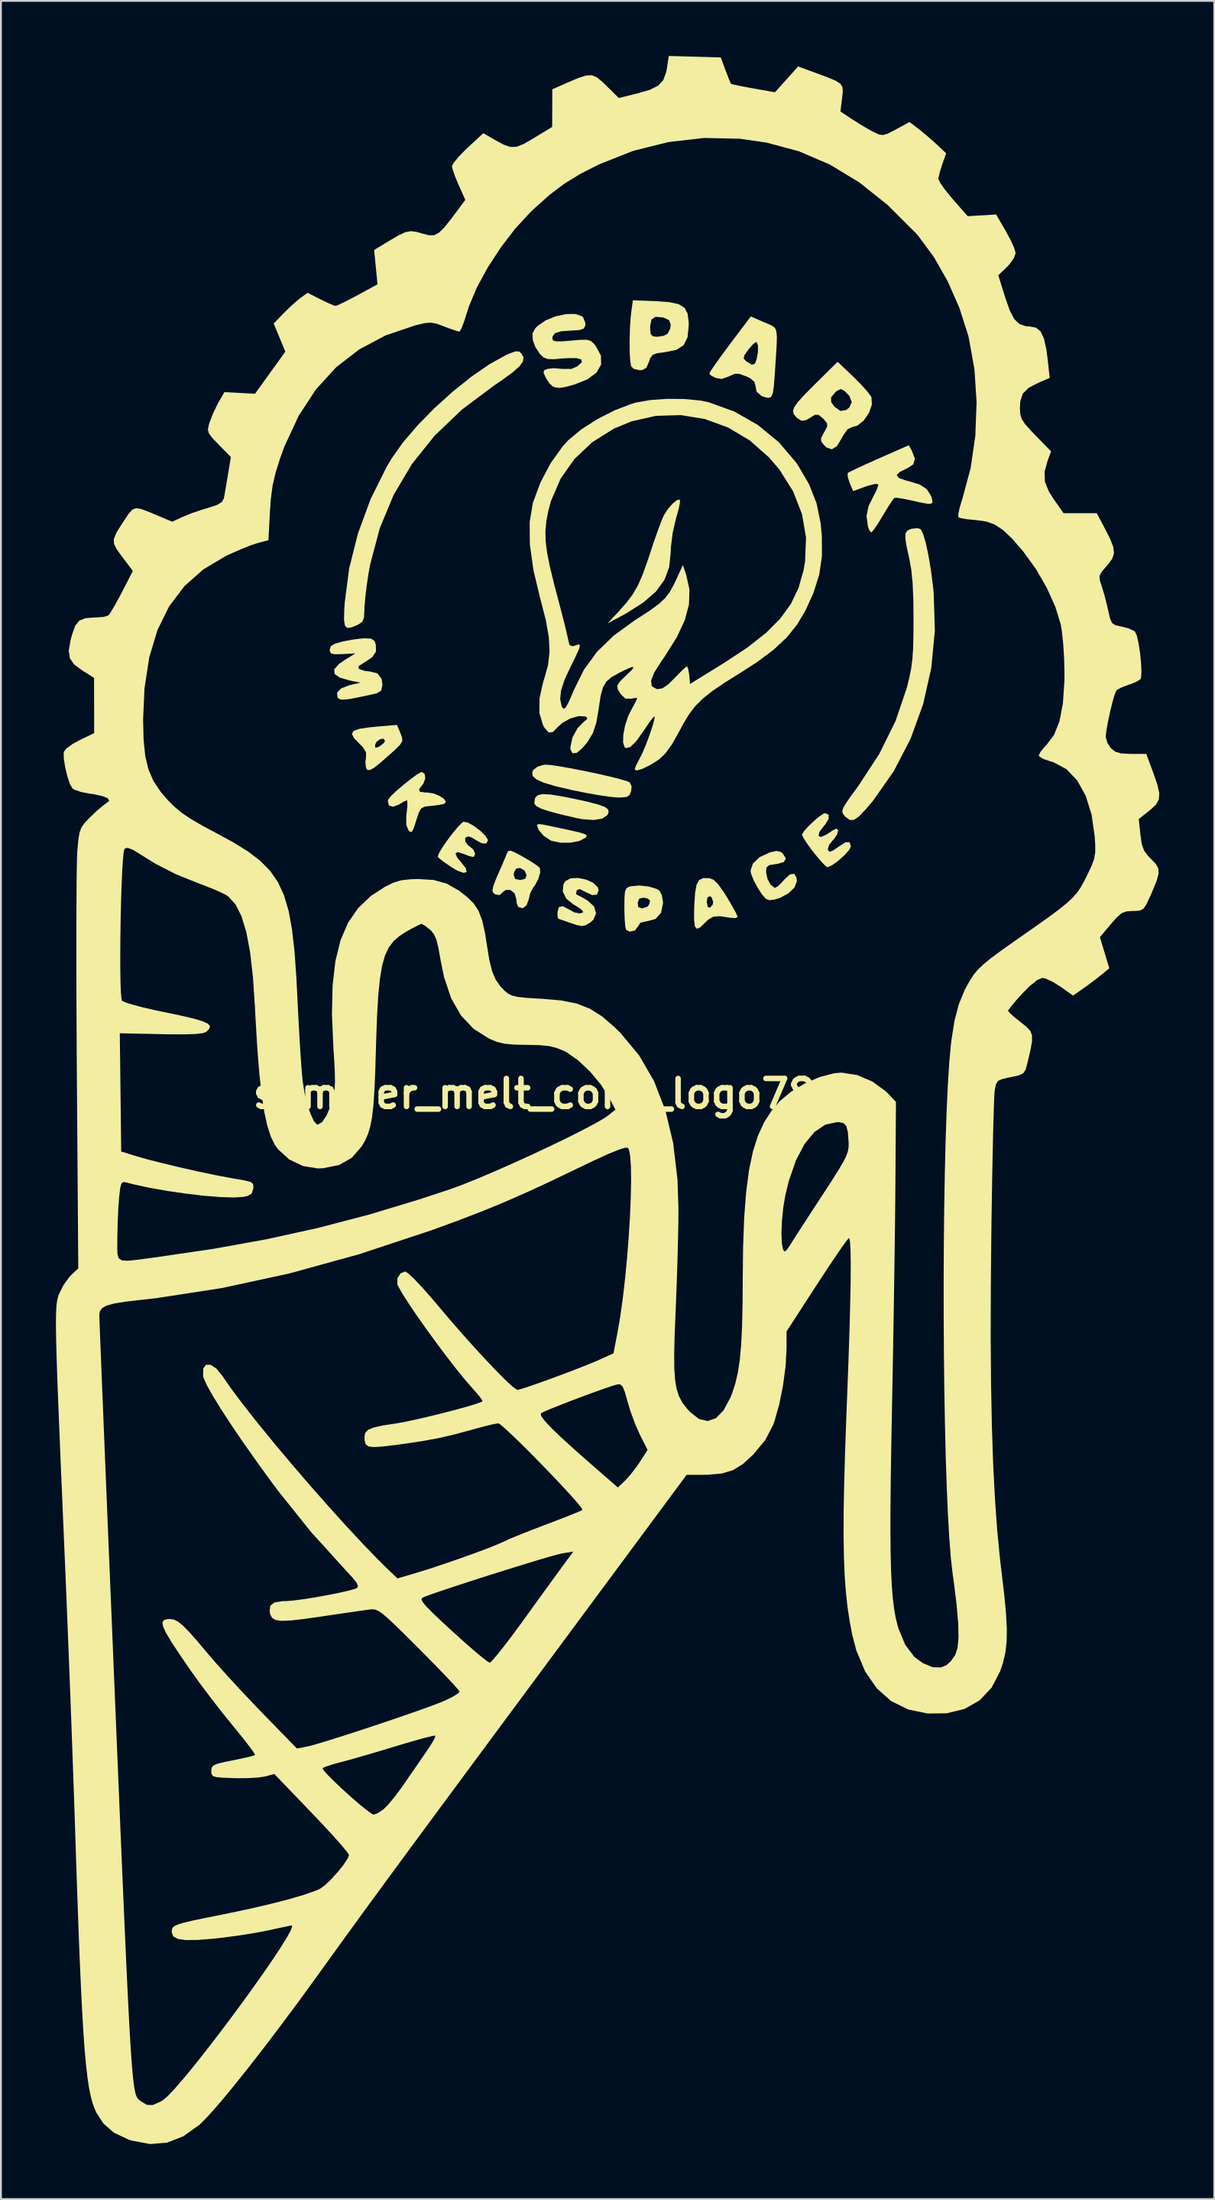
<source format=kicad_pcb>
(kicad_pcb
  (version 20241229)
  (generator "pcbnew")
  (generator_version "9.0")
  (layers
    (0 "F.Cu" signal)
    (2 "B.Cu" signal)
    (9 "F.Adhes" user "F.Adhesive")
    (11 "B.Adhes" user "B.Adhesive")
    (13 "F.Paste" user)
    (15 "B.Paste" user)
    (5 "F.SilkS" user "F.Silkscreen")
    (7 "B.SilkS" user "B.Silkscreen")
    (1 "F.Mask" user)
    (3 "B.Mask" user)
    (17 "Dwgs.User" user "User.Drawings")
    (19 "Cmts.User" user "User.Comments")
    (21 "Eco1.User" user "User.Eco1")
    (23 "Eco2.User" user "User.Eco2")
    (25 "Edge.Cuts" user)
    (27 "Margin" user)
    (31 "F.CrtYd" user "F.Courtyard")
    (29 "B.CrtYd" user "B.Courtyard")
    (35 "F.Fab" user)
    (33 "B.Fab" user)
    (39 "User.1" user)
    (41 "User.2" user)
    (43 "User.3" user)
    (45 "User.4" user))
  (footprint "summer_melt_cone_logo78"
    (layer "F.Cu")
    (at 26.081 56.563)
    (property "Reference" "summer_melt_cone_logo78" (at 0 0 0) (layer "F.SilkS") (effects (font (size 1.524 1.524) (thickness 0.3))))
    (attr board_only exclude_from_pos_files exclude_from_bom)
    (fp_poly (pts (xy 0.456 -14.675) (xy 1.345 -14.491) (xy 1.994 -14.353) (xy 2.435 -14.249) (xy 2.703 -14.17) (xy 2.831 -14.104) (xy 2.855 -14.042) (xy 2.806 -13.973) (xy 2.785 -13.951) (xy 2.455 -13.777) (xy 1.966 -13.685) (xy 1.428 -13.684) (xy 0.954 -13.782) (xy 0.888 -13.809) (xy 0.511 -14.059) (xy 0.234 -14.383) (xy 0.14 -14.658) (xy 0.256 -14.698)) (stroke (width 0) (type solid)) (fill yes) (layer "F.SilkS"))
    (fp_poly (pts (xy 0.867 -16.313) (xy 1.508 -16.21) (xy 2.124 -16.087) (xy 2.934 -15.909) (xy 3.5 -15.761) (xy 3.853 -15.628) (xy 4.027 -15.494) (xy 4.053 -15.343) (xy 3.982 -15.187) (xy 3.707 -14.996) (xy 3.229 -14.921) (xy 2.601 -14.968) (xy 2.315 -15.023) (xy 1.428 -15.231) (xy 0.785 -15.403) (xy 0.355 -15.549) (xy 0.106 -15.682) (xy 0.006 -15.812) (xy 0 -15.856) (xy 0.036 -16.108) (xy 0.167 -16.265) (xy 0.432 -16.332)) (stroke (width 0) (type solid)) (fill yes) (layer "F.SilkS"))
    (fp_poly (pts (xy 0.846 -17.922) (xy 1.332 -17.853) (xy 1.961 -17.743) (xy 2.669 -17.606) (xy 3.395 -17.454) (xy 4.076 -17.3) (xy 4.648 -17.157) (xy 5.05 -17.039) (xy 5.196 -16.978) (xy 5.306 -16.756) (xy 5.279 -16.504) (xy 5.194 -16.281) (xy 5.032 -16.176) (xy 4.707 -16.148) (xy 4.523 -16.15) (xy 4.128 -16.185) (xy 3.539 -16.271) (xy 2.833 -16.395) (xy 2.089 -16.546) (xy 2.058 -16.552) (xy 1.161 -16.762) (xy 0.52 -16.953) (xy 0.11 -17.137) (xy -0.092 -17.325) (xy -0.11 -17.531) (xy -0.054 -17.649) (xy 0.184 -17.831) (xy 0.55 -17.936) (xy 0.565 -17.938)) (stroke (width 0) (type solid)) (fill yes) (layer "F.SilkS"))
    (fp_poly (pts (xy 7.94 -32.219) (xy 7.868 -31.864) (xy 7.737 -31.393) (xy 7.728 -31.363) (xy 7.549 -30.601) (xy 7.447 -29.797) (xy 7.435 -29.49) (xy 7.353 -28.7) (xy 7.093 -28.004) (xy 6.632 -27.374) (xy 5.947 -26.778) (xy 5.014 -26.186) (xy 4.708 -26.019) (xy 3.999 -25.642) (xy 4.574 -26.258) (xy 5.022 -26.761) (xy 5.367 -27.22) (xy 5.649 -27.707) (xy 5.906 -28.294) (xy 6.177 -29.05) (xy 6.307 -29.445) (xy 6.535 -30.127) (xy 6.753 -30.746) (xy 6.936 -31.234) (xy 7.059 -31.521) (xy 7.282 -31.869) (xy 7.546 -32.171) (xy 7.787 -32.363) (xy 7.939 -32.382)) (stroke (width 0) (type solid)) (fill yes) (layer "F.SilkS"))
    (fp_poly (pts (xy -7.296 -19.644) (xy -7.206 -19.401) (xy -7.201 -19.217) (xy -7.316 -19.025) (xy -7.583 -18.758) (xy -7.868 -18.5) (xy -8.387 -18.045) (xy -8.742 -17.765) (xy -8.969 -17.642) (xy -9.104 -17.653) (xy -9.178 -17.766) (xy -9.211 -18.069) (xy -9.176 -18.324) (xy -9.175 -18.609) (xy -9.334 -18.865) (xy -8.678 -18.865) (xy -8.534 -18.886) (xy -8.432 -18.938) (xy -8.204 -19.115) (xy -8.139 -19.241) (xy -8.226 -19.355) (xy -8.416 -19.322) (xy -8.603 -19.183) (xy -8.676 -19.037) (xy -8.678 -18.865) (xy -9.334 -18.865) (xy -9.354 -18.896) (xy -9.527 -19.071) (xy -9.83 -19.385) (xy -9.947 -19.614) (xy -9.858 -19.775) (xy -9.541 -19.889) (xy -8.978 -19.973) (xy -8.494 -20.019) (xy -7.487 -20.104)) (stroke (width 0) (type solid)) (fill yes) (layer "F.SilkS"))
    (fp_poly (pts (xy 13.445 -13.18) (xy 13.551 -13.092) (xy 13.715 -12.827) (xy 13.612 -12.636) (xy 13.248 -12.527) (xy 13.145 -12.516) (xy 12.803 -12.462) (xy 12.66 -12.334) (xy 12.634 -12.095) (xy 12.708 -11.722) (xy 12.881 -11.4) (xy 13.094 -11.231) (xy 13.136 -11.225) (xy 13.296 -11.324) (xy 13.543 -11.571) (xy 13.626 -11.668) (xy 13.936 -11.955) (xy 14.167 -11.992) (xy 14.296 -11.781) (xy 14.314 -11.579) (xy 14.187 -11.244) (xy 13.855 -10.923) (xy 13.39 -10.672) (xy 13.07 -10.578) (xy 12.813 -10.551) (xy 12.619 -10.63) (xy 12.416 -10.865) (xy 12.216 -11.168) (xy 11.977 -11.599) (xy 11.822 -11.983) (xy 11.788 -12.161) (xy 11.92 -12.553) (xy 12.286 -12.899) (xy 12.839 -13.154) (xy 12.844 -13.156) (xy 13.213 -13.236)) (stroke (width 0) (type solid)) (fill yes) (layer "F.SilkS"))
    (fp_poly (pts (xy 9.54 -11.754) (xy 9.77 -11.666) (xy 10.022 -11.423) (xy 10.335 -10.983) (xy 10.487 -10.741) (xy 10.765 -10.272) (xy 10.975 -9.892) (xy 11.08 -9.665) (xy 11.086 -9.637) (xy 10.967 -9.576) (xy 10.675 -9.593) (xy 10.63 -9.601) (xy 10.108 -9.68) (xy 9.758 -9.651) (xy 9.486 -9.496) (xy 9.327 -9.34) (xy 9.049 -9.072) (xy 8.864 -8.992) (xy 8.756 -9.122) (xy 8.711 -9.484) (xy 8.716 -10.098) (xy 8.722 -10.249) (xy 8.734 -10.455) (xy 9.402 -10.455) (xy 9.456 -10.181) (xy 9.578 -10.139) (xy 9.726 -10.31) (xy 9.753 -10.455) (xy 9.67 -10.701) (xy 9.578 -10.77) (xy 9.441 -10.701) (xy 9.402 -10.455) (xy 8.734 -10.455) (xy 8.765 -10.939) (xy 8.845 -11.391) (xy 8.987 -11.649) (xy 9.213 -11.756)) (stroke (width 0) (type solid)) (fill yes) (layer "F.SilkS"))
    (fp_poly (pts (xy 6.23 -11.297) (xy 6.664 -11.168) (xy 6.819 -11.076) (xy 6.95 -10.835) (xy 7.015 -10.456) (xy 7.017 -10.389) (xy 6.911 -9.865) (xy 6.611 -9.528) (xy 6.139 -9.402) (xy 6.115 -9.402) (xy 5.781 -9.321) (xy 5.654 -9.122) (xy 5.479 -8.898) (xy 5.2 -8.84) (xy 5.005 -8.934) (xy 4.961 -9.11) (xy 4.928 -9.492) (xy 4.912 -10.003) (xy 4.912 -10.125) (xy 4.914 -10.42) (xy 5.639 -10.42) (xy 5.665 -10.173) (xy 5.881 -10.104) (xy 5.889 -10.104) (xy 6.164 -10.195) (xy 6.266 -10.32) (xy 6.311 -10.534) (xy 6.178 -10.64) (xy 5.964 -10.687) (xy 5.727 -10.643) (xy 5.639 -10.42) (xy 4.914 -10.42) (xy 4.916 -10.676) (xy 4.944 -11.009) (xy 5.012 -11.187) (xy 5.141 -11.274) (xy 5.27 -11.311) (xy 5.721 -11.352)) (stroke (width 0) (type solid)) (fill yes) (layer "F.SilkS"))
    (fp_poly (pts (xy -3.635 -14.787) (xy -3.306 -14.605) (xy -2.957 -14.344) (xy -2.67 -14.067) (xy -2.529 -13.839) (xy -2.526 -13.811) (xy -2.621 -13.638) (xy -2.866 -13.65) (xy -3.166 -13.818) (xy -3.447 -13.982) (xy -3.614 -14.029) (xy -3.771 -13.946) (xy -3.762 -13.749) (xy -3.606 -13.538) (xy -3.508 -13.472) (xy -3.307 -13.287) (xy -3.226 -13.072) (xy -3.29 -12.926) (xy -3.361 -12.91) (xy -3.579 -12.964) (xy -3.853 -13.074) (xy -4.18 -13.174) (xy -4.3 -13.101) (xy -4.205 -12.875) (xy -3.997 -12.627) (xy -3.732 -12.289) (xy -3.691 -12.088) (xy -3.85 -12.039) (xy -4.181 -12.154) (xy -4.534 -12.361) (xy -4.908 -12.619) (xy -5.177 -12.826) (xy -5.262 -12.909) (xy -5.219 -13.07) (xy -5.041 -13.379) (xy -4.777 -13.768) (xy -4.474 -14.173) (xy -4.181 -14.528) (xy -3.946 -14.767) (xy -3.858 -14.825)) (stroke (width 0) (type solid)) (fill yes) (layer "F.SilkS"))
    (fp_poly (pts (xy -5.978 -17.433) (xy -5.945 -17.185) (xy -6.045 -16.912) (xy -6.087 -16.859) (xy -6.282 -16.599) (xy -6.245 -16.465) (xy -5.957 -16.42) (xy -5.839 -16.419) (xy -5.496 -16.366) (xy -5.17 -16.236) (xy -4.923 -16.07) (xy -4.819 -15.91) (xy -4.912 -15.803) (xy -5.185 -15.743) (xy -5.588 -15.693) (xy -5.667 -15.687) (xy -5.982 -15.649) (xy -6.171 -15.547) (xy -6.303 -15.311) (xy -6.44 -14.889) (xy -6.576 -14.47) (xy -6.676 -14.281) (xy -6.776 -14.279) (xy -6.86 -14.364) (xy -6.978 -14.642) (xy -6.982 -15.094) (xy -6.96 -15.297) (xy -6.921 -15.695) (xy -6.924 -15.949) (xy -6.947 -15.998) (xy -7.109 -15.929) (xy -7.38 -15.766) (xy -7.704 -15.643) (xy -7.927 -15.713) (xy -7.985 -15.943) (xy -7.955 -16.051) (xy -7.815 -16.227) (xy -7.522 -16.505) (xy -7.143 -16.83) (xy -6.747 -17.147) (xy -6.4 -17.399) (xy -6.171 -17.533) (xy -6.135 -17.541)) (stroke (width 0) (type solid)) (fill yes) (layer "F.SilkS"))
    (fp_poly (pts (xy -0.825 -40.455) (xy -0.704 -40.348) (xy -0.59 -40.138) (xy -0.617 -39.915) (xy -0.805 -39.651) (xy -1.18 -39.32) (xy -1.763 -38.894) (xy -2.209 -38.591) (xy -3.949 -37.288) (xy -5.436 -35.866) (xy -6.674 -34.32) (xy -7.669 -32.642) (xy -8.425 -30.824) (xy -8.946 -28.86) (xy -9.039 -28.357) (xy -9.139 -27.69) (xy -9.216 -27.044) (xy -9.258 -26.526) (xy -9.262 -26.38) (xy -9.284 -25.961) (xy -9.377 -25.726) (xy -9.584 -25.579) (xy -9.619 -25.563) (xy -9.971 -25.418) (xy -10.199 -25.389) (xy -10.327 -25.512) (xy -10.374 -25.823) (xy -10.362 -26.356) (xy -10.336 -26.779) (xy -10.093 -28.638) (xy -9.616 -30.536) (xy -8.93 -32.4) (xy -8.058 -34.156) (xy -7.783 -34.62) (xy -7.161 -35.499) (xy -6.364 -36.43) (xy -5.444 -37.368) (xy -4.452 -38.265) (xy -3.44 -39.075) (xy -2.461 -39.753) (xy -1.566 -40.251) (xy -1.354 -40.346) (xy -1.017 -40.466)) (stroke (width 0) (type solid)) (fill yes) (layer "F.SilkS"))
    (fp_poly (pts (xy 6.602 -43.2) (xy 7.354 -43.147) (xy 7.87 -43.036) (xy 8.19 -42.837) (xy 8.359 -42.519) (xy 8.417 -42.051) (xy 8.42 -41.883) (xy 8.357 -41.235) (xy 8.146 -40.803) (xy 7.749 -40.546) (xy 7.139 -40.421) (xy 6.697 -40.363) (xy 6.452 -40.272) (xy 6.321 -40.096) (xy 6.251 -39.889) (xy 6.108 -39.565) (xy 5.887 -39.443) (xy 5.74 -39.433) (xy 5.422 -39.509) (xy 5.277 -39.655) (xy 5.229 -39.936) (xy 5.202 -40.417) (xy 5.196 -41.016) (xy 5.211 -41.652) (xy 5.216 -41.74) (xy 6.315 -41.74) (xy 6.34 -41.413) (xy 6.463 -41.281) (xy 6.708 -41.257) (xy 7.058 -41.314) (xy 7.269 -41.426) (xy 7.407 -41.697) (xy 7.438 -41.906) (xy 7.354 -42.16) (xy 7.063 -42.299) (xy 7.02 -42.309) (xy 6.609 -42.347) (xy 6.391 -42.205) (xy 6.317 -41.843) (xy 6.315 -41.74) (xy 5.216 -41.74) (xy 5.247 -42.246) (xy 5.283 -42.584) (xy 5.374 -43.248)) (stroke (width 0) (type solid)) (fill yes) (layer "F.SilkS"))
    (fp_poly (pts (xy 2.822 -11.674) (xy 3.211 -11.497) (xy 3.462 -11.257) (xy 3.508 -11.093) (xy 3.416 -10.857) (xy 3.161 -10.828) (xy 2.771 -11.006) (xy 2.745 -11.024) (xy 2.478 -11.157) (xy 2.328 -11.101) (xy 2.304 -11.067) (xy 2.278 -10.889) (xy 2.326 -10.848) (xy 2.523 -10.751) (xy 2.842 -10.568) (xy 2.912 -10.526) (xy 3.264 -10.2) (xy 3.369 -9.835) (xy 3.22 -9.486) (xy 3.056 -9.34) (xy 2.81 -9.189) (xy 2.588 -9.143) (xy 2.291 -9.201) (xy 1.894 -9.336) (xy 1.542 -9.461) (xy 1.326 -9.533) (xy 1.298 -9.54) (xy 1.272 -9.663) (xy 1.263 -9.893) (xy 1.34 -10.176) (xy 1.56 -10.224) (xy 1.903 -10.038) (xy 2.19 -9.886) (xy 2.473 -9.828) (xy 2.649 -9.878) (xy 2.666 -9.928) (xy 2.553 -10.053) (xy 2.271 -10.241) (xy 2.14 -10.314) (xy 1.743 -10.634) (xy 1.552 -11.026) (xy 1.589 -11.421) (xy 1.691 -11.586) (xy 1.974 -11.742) (xy 2.38 -11.763)) (stroke (width 0) (type solid)) (fill yes) (layer "F.SilkS"))
    (fp_poly (pts (xy -1.065 -13.158) (xy -0.654 -12.937) (xy -0.596 -12.905) (xy -0.168 -12.651) (xy 0.158 -12.433) (xy 0.303 -12.307) (xy 0.323 -12.063) (xy 0.218 -11.705) (xy 0.025 -11.346) (xy -0.068 -11.227) (xy -0.222 -10.935) (xy -0.304 -10.596) (xy -0.42 -10.274) (xy -0.631 -10.115) (xy -0.862 -10.173) (xy -0.884 -10.193) (xy -0.962 -10.398) (xy -0.982 -10.613) (xy -1.077 -10.923) (xy -1.299 -11.106) (xy -1.557 -11.111) (xy -1.686 -11.013) (xy -1.898 -10.828) (xy -2.119 -10.867) (xy -2.213 -10.923) (xy -2.283 -11.047) (xy -2.243 -11.299) (xy -2.081 -11.727) (xy -1.997 -11.92) (xy -1.123 -11.92) (xy -1.036 -11.705) (xy -0.772 -11.648) (xy -0.494 -11.716) (xy -0.421 -11.913) (xy -0.53 -12.17) (xy -0.775 -12.307) (xy -0.995 -12.271) (xy -1.102 -12.081) (xy -1.123 -11.92) (xy -1.997 -11.92) (xy -1.989 -11.938) (xy -1.773 -12.43) (xy -1.595 -12.848) (xy -1.495 -13.099) (xy -1.425 -13.226) (xy -1.302 -13.251)) (stroke (width 0) (type solid)) (fill yes) (layer "F.SilkS"))
    (fp_poly (pts (xy 16.047 -15.208) (xy 16.046 -14.98) (xy 15.853 -14.667) (xy 15.787 -14.594) (xy 15.54 -14.267) (xy 15.496 -14.053) (xy 15.636 -13.995) (xy 15.939 -14.133) (xy 15.994 -14.171) (xy 16.283 -14.361) (xy 16.465 -14.453) (xy 16.476 -14.454) (xy 16.566 -14.36) (xy 16.511 -14.139) (xy 16.342 -13.886) (xy 16.278 -13.823) (xy 16.072 -13.564) (xy 15.997 -13.326) (xy 16.077 -13.197) (xy 16.119 -13.191) (xy 16.305 -13.271) (xy 16.586 -13.463) (xy 16.597 -13.472) (xy 16.969 -13.708) (xy 17.189 -13.712) (xy 17.261 -13.484) (xy 17.156 -13.276) (xy 16.895 -12.988) (xy 16.56 -12.69) (xy 16.229 -12.454) (xy 15.984 -12.35) (xy 15.972 -12.349) (xy 15.838 -12.452) (xy 15.586 -12.723) (xy 15.268 -13.106) (xy 15.228 -13.156) (xy 14.918 -13.572) (xy 14.692 -13.913) (xy 14.595 -14.113) (xy 14.595 -14.122) (xy 14.693 -14.299) (xy 14.94 -14.574) (xy 15.257 -14.878) (xy 15.57 -15.138) (xy 15.803 -15.285) (xy 15.85 -15.296)) (stroke (width 0) (type solid)) (fill yes) (layer "F.SilkS"))
    (fp_poly (pts (xy -8.889 -24.804) (xy -8.714 -24.678) (xy -8.64 -24.474) (xy -8.633 -24.099) (xy -8.844 -23.784) (xy -9.303 -23.484) (xy -9.307 -23.482) (xy -9.569 -23.317) (xy -9.593 -23.197) (xy -9.528 -23.143) (xy -9.239 -23.045) (xy -8.974 -23.017) (xy -8.551 -22.913) (xy -8.324 -22.609) (xy -8.28 -22.287) (xy -8.349 -21.969) (xy -8.591 -21.826) (xy -8.595 -21.825) (xy -9.383 -21.65) (xy -9.942 -21.538) (xy -10.314 -21.485) (xy -10.544 -21.486) (xy -10.673 -21.536) (xy -10.728 -21.598) (xy -10.756 -21.86) (xy -10.535 -22.091) (xy -10.092 -22.263) (xy -10.061 -22.271) (xy -9.472 -22.406) (xy -10.034 -22.518) (xy -10.602 -22.68) (xy -10.892 -22.884) (xy -10.907 -23.134) (xy -10.645 -23.43) (xy -10.349 -23.635) (xy -9.753 -24.003) (xy -10.455 -23.965) (xy -10.873 -23.955) (xy -11.083 -24.001) (xy -11.152 -24.127) (xy -11.156 -24.206) (xy -11.095 -24.393) (xy -10.87 -24.531) (xy -10.455 -24.649) (xy -9.925 -24.75) (xy -9.411 -24.815) (xy -9.242 -24.825)) (stroke (width 0) (type solid)) (fill yes) (layer "F.SilkS"))
    (fp_poly (pts (xy 21.063 -30.775) (xy 21.196 -30.519) (xy 21.34 -30.034) (xy 21.484 -29.37) (xy 21.618 -28.577) (xy 21.732 -27.707) (xy 21.774 -27.307) (xy 21.838 -25.242) (xy 21.644 -23.208) (xy 21.199 -21.233) (xy 20.514 -19.348) (xy 19.598 -17.581) (xy 18.46 -15.962) (xy 18.1 -15.537) (xy 17.71 -15.125) (xy 17.427 -14.926) (xy 17.197 -14.922) (xy 16.966 -15.095) (xy 16.916 -15.149) (xy 16.819 -15.275) (xy 16.79 -15.408) (xy 16.849 -15.593) (xy 17.018 -15.876) (xy 17.317 -16.302) (xy 17.669 -16.781) (xy 18.807 -18.521) (xy 19.688 -20.3) (xy 20.3 -22.093) (xy 20.303 -22.102) (xy 20.446 -22.677) (xy 20.548 -23.183) (xy 20.614 -23.692) (xy 20.653 -24.276) (xy 20.671 -25.005) (xy 20.676 -25.821) (xy 20.665 -26.935) (xy 20.627 -27.823) (xy 20.556 -28.539) (xy 20.45 -29.136) (xy 20.444 -29.163) (xy 20.299 -29.827) (xy 20.229 -30.27) (xy 20.24 -30.542) (xy 20.336 -30.695) (xy 20.52 -30.779) (xy 20.579 -30.795) (xy 20.891 -30.827)) (stroke (width 0) (type solid)) (fill yes) (layer "F.SilkS"))
    (fp_poly (pts (xy 20.588 -35.039) (xy 20.748 -34.614) (xy 20.668 -34.312) (xy 20.353 -34.102) (xy 19.917 -33.887) (xy 19.76 -33.71) (xy 19.88 -33.558) (xy 20.279 -33.419) (xy 20.409 -33.389) (xy 21.01 -33.207) (xy 21.394 -32.958) (xy 21.624 -32.595) (xy 21.674 -32.452) (xy 21.713 -32.265) (xy 21.658 -32.168) (xy 21.462 -32.154) (xy 21.081 -32.22) (xy 20.562 -32.337) (xy 20.106 -32.432) (xy 19.765 -32.481) (xy 19.628 -32.475) (xy 19.516 -32.333) (xy 19.306 -32.013) (xy 19.042 -31.578) (xy 18.999 -31.504) (xy 18.732 -31.067) (xy 18.512 -30.744) (xy 18.381 -30.596) (xy 18.371 -30.592) (xy 18.266 -30.71) (xy 18.191 -30.908) (xy 18.112 -31.485) (xy 18.224 -32.03) (xy 18.466 -32.521) (xy 18.656 -32.888) (xy 18.748 -33.152) (xy 18.742 -33.228) (xy 18.57 -33.234) (xy 18.234 -33.153) (xy 18.019 -33.08) (xy 17.384 -32.845) (xy 17.192 -33.297) (xy 17.089 -33.621) (xy 17.086 -33.825) (xy 17.095 -33.838) (xy 17.254 -33.926) (xy 17.617 -34.1) (xy 18.133 -34.337) (xy 18.748 -34.612) (xy 18.804 -34.637) (xy 20.417 -35.346)) (stroke (width 0) (type solid)) (fill yes) (layer "F.SilkS"))
    (fp_poly (pts (xy 12.534 -42.047) (xy 12.8 -41.937) (xy 12.993 -41.847) (xy 13.123 -41.736) (xy 13.197 -41.561) (xy 13.225 -41.279) (xy 13.216 -40.848) (xy 13.178 -40.227) (xy 13.121 -39.372) (xy 13.113 -39.258) (xy 13.065 -38.605) (xy 13.005 -38.192) (xy 12.909 -37.978) (xy 12.754 -37.922) (xy 12.514 -37.984) (xy 12.384 -38.034) (xy 12.12 -38.266) (xy 12.069 -38.524) (xy 12.007 -38.796) (xy 11.776 -38.996) (xy 11.542 -39.106) (xy 11.179 -39.238) (xy 10.929 -39.243) (xy 10.655 -39.12) (xy 10.627 -39.104) (xy 10.224 -38.959) (xy 9.89 -39.013) (xy 9.632 -39.148) (xy 9.543 -39.256) (xy 9.623 -39.404) (xy 9.842 -39.729) (xy 10.091 -40.077) (xy 11.412 -40.077) (xy 11.523 -39.947) (xy 11.584 -39.902) (xy 11.867 -39.736) (xy 12.026 -39.789) (xy 12.12 -40.03) (xy 12.194 -40.437) (xy 12.196 -40.779) (xy 12.128 -40.965) (xy 12.095 -40.977) (xy 11.946 -40.874) (xy 11.719 -40.619) (xy 11.653 -40.534) (xy 11.451 -40.241) (xy 11.412 -40.077) (xy 10.091 -40.077) (xy 10.17 -40.187) (xy 10.574 -40.734) (xy 10.674 -40.867) (xy 11.806 -42.367)) (stroke (width 0) (type solid)) (fill yes) (layer "F.SilkS"))
    (fp_poly (pts (xy 17.406 -39.068) (xy 17.819 -38.654) (xy 18.154 -38.281) (xy 18.356 -38.012) (xy 18.382 -37.96) (xy 18.405 -37.558) (xy 18.247 -37.109) (xy 17.965 -36.699) (xy 17.614 -36.417) (xy 17.342 -36.341) (xy 17.079 -36.221) (xy 16.824 -35.854) (xy 16.77 -35.744) (xy 16.497 -35.297) (xy 16.225 -35.124) (xy 15.939 -35.219) (xy 15.8 -35.349) (xy 15.644 -35.552) (xy 15.636 -35.731) (xy 15.777 -36.01) (xy 15.805 -36.057) (xy 15.964 -36.354) (xy 15.966 -36.54) (xy 15.802 -36.744) (xy 15.746 -36.801) (xy 15.496 -37.004) (xy 15.301 -37.007) (xy 15.189 -36.939) (xy 14.821 -36.715) (xy 14.562 -36.682) (xy 14.323 -36.836) (xy 14.288 -36.871) (xy 14.148 -37.039) (xy 14.102 -37.21) (xy 14.17 -37.42) (xy 14.373 -37.705) (xy 14.598 -37.952) (xy 16.178 -37.952) (xy 16.189 -37.691) (xy 16.37 -37.444) (xy 16.687 -37.215) (xy 16.996 -37.261) (xy 17.18 -37.408) (xy 17.309 -37.702) (xy 17.171 -38.045) (xy 16.915 -38.306) (xy 16.712 -38.41) (xy 16.502 -38.311) (xy 16.416 -38.238) (xy 16.178 -37.952) (xy 14.598 -37.952) (xy 14.734 -38.102) (xy 15.274 -38.647) (xy 15.416 -38.787) (xy 16.537 -39.895)) (stroke (width 0) (type solid)) (fill yes) (layer "F.SilkS"))
    (fp_poly (pts (xy 2.581 -42.388) (xy 2.661 -42.317) (xy 2.783 -42.015) (xy 2.781 -41.861) (xy 2.692 -41.704) (xy 2.457 -41.624) (xy 2.022 -41.596) (xy 1.462 -41.559) (xy 1.135 -41.46) (xy 0.996 -41.28) (xy 0.982 -41.167) (xy 1.022 -41.059) (xy 1.179 -41.009) (xy 1.507 -41.009) (xy 2.013 -41.049) (xy 2.546 -41.094) (xy 2.877 -41.093) (xy 3.084 -41.03) (xy 3.244 -40.887) (xy 3.346 -40.762) (xy 3.631 -40.237) (xy 3.644 -39.747) (xy 3.393 -39.308) (xy 2.888 -38.934) (xy 2.201 -38.661) (xy 1.71 -38.525) (xy 1.393 -38.473) (xy 1.162 -38.495) (xy 1.014 -38.545) (xy 0.828 -38.712) (xy 0.631 -39.014) (xy 0.63 -39.016) (xy 0.504 -39.296) (xy 0.536 -39.431) (xy 0.715 -39.508) (xy 1.053 -39.546) (xy 1.474 -39.512) (xy 1.497 -39.508) (xy 2.021 -39.505) (xy 2.332 -39.641) (xy 2.585 -39.863) (xy 2.573 -40.016) (xy 2.307 -40.095) (xy 1.793 -40.095) (xy 1.555 -40.075) (xy 1.043 -40.034) (xy 0.724 -40.047) (xy 0.513 -40.13) (xy 0.323 -40.3) (xy 0.313 -40.311) (xy 0.056 -40.699) (xy -0.084 -41.081) (xy -0.102 -41.439) (xy 0.056 -41.723) (xy 0.189 -41.857) (xy 0.625 -42.155) (xy 1.161 -42.372) (xy 1.717 -42.493) (xy 2.217 -42.503)) (stroke (width 0) (type solid)) (fill yes) (layer "F.SilkS"))
    (fp_poly (pts (xy 8.18 -37.866) (xy 9.042 -37.784) (xy 9.51 -37.689) (xy 10.91 -37.181) (xy 12.199 -36.444) (xy 13.334 -35.509) (xy 14.27 -34.408) (xy 14.372 -34.26) (xy 14.986 -33.208) (xy 15.388 -32.183) (xy 15.614 -31.08) (xy 15.678 -30.382) (xy 15.68 -29.285) (xy 15.533 -28.287) (xy 15.216 -27.288) (xy 14.796 -26.365) (xy 14.334 -25.58) (xy 13.761 -24.869) (xy 13.036 -24.192) (xy 12.115 -23.508) (xy 11.269 -22.964) (xy 10.388 -22.413) (xy 9.71 -21.953) (xy 9.189 -21.542) (xy 8.782 -21.137) (xy 8.443 -20.696) (xy 8.129 -20.177) (xy 7.924 -19.792) (xy 7.511 -19.056) (xy 7.144 -18.544) (xy 6.788 -18.212) (xy 6.764 -18.195) (xy 6.313 -17.916) (xy 5.909 -17.717) (xy 5.609 -17.624) (xy 5.475 -17.661) (xy 5.473 -17.677) (xy 5.538 -17.873) (xy 5.7 -18.194) (xy 5.743 -18.27) (xy 5.906 -18.598) (xy 6.093 -19.046) (xy 6.278 -19.539) (xy 6.435 -20.006) (xy 6.539 -20.371) (xy 6.563 -20.563) (xy 6.558 -20.573) (xy 6.463 -20.491) (xy 6.261 -20.226) (xy 5.994 -19.833) (xy 5.967 -19.791) (xy 5.553 -19.213) (xy 5.229 -18.897) (xy 4.992 -18.84) (xy 4.927 -18.883) (xy 4.84 -19.137) (xy 4.852 -19.562) (xy 4.948 -20.071) (xy 5.115 -20.577) (xy 5.24 -20.839) (xy 5.447 -21.217) (xy 5.582 -21.484) (xy 5.613 -21.561) (xy 5.497 -21.574) (xy 5.278 -21.532) (xy 4.963 -21.54) (xy 4.717 -21.771) (xy 4.55 -22.041) (xy 4.525 -22.246) (xy 4.664 -22.467) (xy 4.991 -22.787) (xy 5.017 -22.81) (xy 5.324 -23.11) (xy 5.42 -23.255) (xy 5.296 -23.251) (xy 4.943 -23.099) (xy 4.631 -22.944) (xy 4.208 -22.706) (xy 3.922 -22.458) (xy 3.736 -22.133) (xy 3.611 -21.663) (xy 3.509 -20.983) (xy 3.506 -20.959) (xy 3.379 -20.216) (xy 3.191 -19.653) (xy 2.9 -19.171) (xy 2.623 -18.84) (xy 2.31 -18.578) (xy 2.083 -18.556) (xy 1.971 -18.772) (xy 1.965 -18.882) (xy 2.076 -19.411) (xy 2.36 -19.931) (xy 2.69 -20.264) (xy 2.888 -20.429) (xy 2.86 -20.523) (xy 2.766 -20.566) (xy 2.41 -20.583) (xy 1.961 -20.452) (xy 1.532 -20.218) (xy 1.28 -19.987) (xy 1.005 -19.711) (xy 0.782 -19.693) (xy 0.562 -19.939) (xy 0.47 -20.102) (xy 0.277 -20.755) (xy 0.285 -21.562) (xy 0.493 -22.48) (xy 0.55 -22.65) (xy 0.748 -23.36) (xy 0.83 -24.08) (xy 0.793 -24.869) (xy 0.634 -25.787) (xy 0.351 -26.893) (xy 0.336 -26.944) (xy -0.045 -28.519) (xy -0.242 -29.932) (xy -0.249 -30.678) (xy 0.607 -30.678) (xy 0.618 -30.127) (xy 0.695 -29.5) (xy 0.845 -28.746) (xy 1.072 -27.811) (xy 1.263 -27.084) (xy 1.459 -26.341) (xy 1.631 -25.67) (xy 1.763 -25.129) (xy 1.841 -24.776) (xy 1.855 -24.698) (xy 1.923 -24.449) (xy 2.087 -24.39) (xy 2.412 -24.489) (xy 2.488 -24.457) (xy 2.437 -24.241) (xy 2.251 -23.821) (xy 2.026 -23.371) (xy 1.661 -22.597) (xy 1.459 -21.993) (xy 1.41 -21.511) (xy 1.492 -21.122) (xy 1.58 -20.985) (xy 1.689 -21.027) (xy 1.84 -21.273) (xy 2.052 -21.751) (xy 2.149 -21.986) (xy 2.7 -23.103) (xy 3.414 -24.084) (xy 4.329 -24.971) (xy 5.482 -25.809) (xy 5.613 -25.892) (xy 6.292 -26.331) (xy 6.779 -26.686) (xy 7.127 -27.01) (xy 7.389 -27.355) (xy 7.619 -27.774) (xy 7.719 -27.986) (xy 8.101 -28.817) (xy 8.287 -28.266) (xy 8.458 -27.479) (xy 8.434 -26.673) (xy 8.206 -25.815) (xy 7.764 -24.873) (xy 7.099 -23.816) (xy 6.941 -23.591) (xy 6.544 -22.969) (xy 6.365 -22.513) (xy 6.403 -22.215) (xy 6.656 -22.066) (xy 6.715 -22.055) (xy 6.981 -22.095) (xy 7.298 -22.31) (xy 7.644 -22.652) (xy 7.968 -22.987) (xy 8.215 -23.22) (xy 8.323 -23.295) (xy 8.388 -23.172) (xy 8.441 -22.87) (xy 8.447 -22.815) (xy 8.49 -22.335) (xy 10.385 -23.507) (xy 11.631 -24.331) (xy 12.631 -25.117) (xy 13.41 -25.899) (xy 13.995 -26.709) (xy 14.41 -27.578) (xy 14.681 -28.54) (xy 14.764 -29.017) (xy 14.814 -30.315) (xy 14.593 -31.597) (xy 14.109 -32.837) (xy 13.371 -34.01) (xy 12.814 -34.667) (xy 11.749 -35.608) (xy 10.565 -36.313) (xy 9.295 -36.776) (xy 7.973 -36.99) (xy 6.63 -36.95) (xy 5.301 -36.649) (xy 4.339 -36.251) (xy 3.166 -35.518) (xy 2.192 -34.601) (xy 1.433 -33.523) (xy 0.908 -32.306) (xy 0.762 -31.762) (xy 0.657 -31.205) (xy 0.607 -30.678) (xy -0.249 -30.678) (xy -0.253 -31.167) (xy -0.077 -32.209) (xy -0.075 -32.215) (xy 0.334 -33.316) (xy 0.892 -34.371) (xy 1.547 -35.285) (xy 1.86 -35.627) (xy 2.558 -36.208) (xy 3.435 -36.769) (xy 4.391 -37.255) (xy 5.327 -37.612) (xy 5.552 -37.675) (xy 6.322 -37.811) (xy 7.236 -37.875)) (stroke (width 0) (type solid)) (fill yes) (layer "F.SilkS"))
    (fp_poly (pts (xy 8.748 -56.523) (xy 10.166 -56.483) (xy 10.425 -55.784) (xy 10.577 -55.385) (xy 10.689 -55.114) (xy 10.725 -55.044) (xy 10.872 -55.003) (xy 11.229 -54.928) (xy 11.729 -54.833) (xy 11.943 -54.794) (xy 13.121 -54.584) (xy 13.752 -55.288) (xy 14.384 -55.992) (xy 15.346 -55.638) (xy 16 -55.395) (xy 16.432 -55.213) (xy 16.685 -55.05) (xy 16.8 -54.867) (xy 16.819 -54.625) (xy 16.783 -54.283) (xy 16.78 -54.26) (xy 16.691 -53.536) (xy 17.362 -53.093) (xy 17.837 -52.793) (xy 18.305 -52.52) (xy 18.514 -52.41) (xy 18.794 -52.283) (xy 19.013 -52.252) (xy 19.269 -52.33) (xy 19.66 -52.53) (xy 19.726 -52.566) (xy 20.458 -52.962) (xy 20.952 -52.585) (xy 21.375 -52.241) (xy 21.829 -51.845) (xy 21.949 -51.733) (xy 22.453 -51.258) (xy 22.243 -50.66) (xy 22.113 -50.25) (xy 22.039 -49.929) (xy 22.032 -49.857) (xy 22.12 -49.663) (xy 22.354 -49.324) (xy 22.691 -48.903) (xy 22.831 -48.74) (xy 23.63 -47.83) (xy 25.179 -47.923) (xy 25.71 -47.012) (xy 25.97 -46.529) (xy 26.16 -46.106) (xy 26.241 -45.828) (xy 26.242 -45.811) (xy 26.146 -45.544) (xy 25.903 -45.205) (xy 25.77 -45.065) (xy 25.299 -44.608) (xy 25.678 -43.389) (xy 25.924 -42.689) (xy 26.168 -42.225) (xy 26.446 -41.954) (xy 26.794 -41.835) (xy 27.014 -41.819) (xy 27.353 -41.755) (xy 27.604 -41.55) (xy 27.786 -41.166) (xy 27.919 -40.568) (xy 27.998 -39.954) (xy 28.099 -39.016) (xy 27.484 -38.753) (xy 26.947 -38.474) (xy 26.635 -38.162) (xy 26.497 -37.746) (xy 26.476 -37.383) (xy 26.492 -37.058) (xy 26.566 -36.794) (xy 26.738 -36.522) (xy 27.049 -36.169) (xy 27.325 -35.882) (xy 28.175 -35.013) (xy 27.991 -34.522) (xy 27.82 -33.903) (xy 27.836 -33.369) (xy 28.053 -32.825) (xy 28.32 -32.405) (xy 28.854 -31.645) (xy 30.662 -31.645) (xy 31.059 -30.904) (xy 31.384 -30.269) (xy 31.565 -29.808) (xy 31.606 -29.461) (xy 31.512 -29.165) (xy 31.287 -28.858) (xy 31.216 -28.778) (xy 30.936 -28.453) (xy 30.817 -28.226) (xy 30.831 -27.988) (xy 30.928 -27.689) (xy 31.072 -27.22) (xy 31.22 -26.646) (xy 31.286 -26.349) (xy 31.389 -25.903) (xy 31.499 -25.658) (xy 31.678 -25.539) (xy 31.989 -25.471) (xy 32.006 -25.468) (xy 32.413 -25.361) (xy 32.716 -25.215) (xy 32.755 -25.182) (xy 32.853 -24.959) (xy 32.947 -24.543) (xy 33.027 -24.02) (xy 33.082 -23.476) (xy 33.103 -22.999) (xy 33.08 -22.674) (xy 33.056 -22.606) (xy 32.874 -22.477) (xy 32.53 -22.333) (xy 32.409 -22.294) (xy 32.029 -22.153) (xy 31.769 -22.009) (xy 31.732 -21.974) (xy 31.642 -21.761) (xy 31.524 -21.355) (xy 31.397 -20.839) (xy 31.28 -20.298) (xy 31.193 -19.814) (xy 31.154 -19.472) (xy 31.154 -19.445) (xy 31.247 -19.119) (xy 31.44 -18.831) (xy 31.672 -18.646) (xy 31.985 -18.552) (xy 32.472 -18.524) (xy 32.546 -18.524) (xy 33.366 -18.524) (xy 33.733 -17.533) (xy 33.964 -16.867) (xy 34.072 -16.393) (xy 34.051 -16.046) (xy 33.895 -15.764) (xy 33.596 -15.483) (xy 33.528 -15.427) (xy 32.955 -14.974) (xy 33.046 -14.118) (xy 33.123 -13.597) (xy 33.251 -13.243) (xy 33.48 -12.942) (xy 33.631 -12.792) (xy 33.883 -12.529) (xy 34.019 -12.286) (xy 34.037 -12.004) (xy 33.935 -11.618) (xy 33.712 -11.069) (xy 33.58 -10.77) (xy 33.376 -10.331) (xy 33.214 -10.09) (xy 33.025 -9.987) (xy 32.74 -9.964) (xy 32.63 -9.964) (xy 32.291 -9.943) (xy 32.033 -9.847) (xy 31.77 -9.626) (xy 31.438 -9.25) (xy 30.836 -8.536) (xy 31.093 -7.687) (xy 31.35 -6.838) (xy 30.936 -6.498) (xy 30.558 -6.202) (xy 30.104 -5.865) (xy 29.948 -5.754) (xy 29.374 -5.35) (xy 28.696 -5.832) (xy 28.274 -6.096) (xy 27.896 -6.271) (xy 27.706 -6.315) (xy 27.417 -6.199) (xy 27 -5.862) (xy 26.608 -5.465) (xy 26.246 -5.062) (xy 25.975 -4.737) (xy 25.837 -4.543) (xy 25.829 -4.518) (xy 25.936 -4.388) (xy 26.208 -4.148) (xy 26.523 -3.898) (xy 26.842 -3.645) (xy 27.043 -3.424) (xy 27.137 -3.174) (xy 27.133 -2.834) (xy 27.042 -2.341) (xy 26.887 -1.684) (xy 26.787 -1.322) (xy 26.657 -1.118) (xy 26.418 -1.003) (xy 25.987 -0.91) (xy 25.964 -0.905) (xy 25.524 -0.811) (xy 25.284 -0.703) (xy 25.17 -0.521) (xy 25.103 -0.203) (xy 25.084 0.043) (xy 25.062 0.541) (xy 25.039 1.261) (xy 25.014 2.176) (xy 24.99 3.255) (xy 24.966 4.471) (xy 24.944 5.793) (xy 24.923 7.194) (xy 24.918 7.578) (xy 24.889 10.583) (xy 24.883 13.326) (xy 24.902 15.826) (xy 24.947 18.101) (xy 25.017 20.168) (xy 25.113 22.047) (xy 25.235 23.754) (xy 25.385 25.309) (xy 25.479 26.102) (xy 25.626 27.343) (xy 25.721 28.354) (xy 25.763 29.179) (xy 25.751 29.863) (xy 25.684 30.45) (xy 25.562 30.986) (xy 25.401 31.468) (xy 24.932 32.368) (xy 24.284 33.055) (xy 23.469 33.523) (xy 22.499 33.764) (xy 21.455 33.777) (xy 20.387 33.559) (xy 19.457 33.1) (xy 18.672 32.405) (xy 18.036 31.483) (xy 17.557 30.338) (xy 17.334 29.486) (xy 17.193 28.748) (xy 17.078 27.982) (xy 16.988 27.161) (xy 16.922 26.259) (xy 16.88 25.249) (xy 16.862 24.104) (xy 16.866 22.798) (xy 16.893 21.305) (xy 16.941 19.598) (xy 17.01 17.649) (xy 17.05 16.629) (xy 17.124 14.689) (xy 17.182 12.975) (xy 17.222 11.496) (xy 17.246 10.258) (xy 17.252 9.268) (xy 17.241 8.535) (xy 17.213 8.066) (xy 17.168 7.868) (xy 17.156 7.862) (xy 17.052 7.975) (xy 16.82 8.291) (xy 16.485 8.775) (xy 16.069 9.393) (xy 15.596 10.11) (xy 15.401 10.41) (xy 13.752 12.955) (xy 13.752 13.897) (xy 13.701 14.85) (xy 13.559 15.907) (xy 13.349 16.95) (xy 13.09 17.86) (xy 13.022 18.048) (xy 12.599 18.861) (xy 11.943 19.657) (xy 11.932 19.668) (xy 11.37 20.182) (xy 10.833 20.512) (xy 10.231 20.695) (xy 9.475 20.764) (xy 9.169 20.768) (xy 8.304 20.769) (xy 0.948 30.698) (xy -0.542 32.709) (xy -1.878 34.513) (xy -3.072 36.126) (xy -4.138 37.566) (xy -5.087 38.849) (xy -5.932 39.993) (xy -6.687 41.016) (xy -7.364 41.935) (xy -7.976 42.767) (xy -8.535 43.53) (xy -9.055 44.24) (xy -9.547 44.915) (xy -10.025 45.573) (xy -10.501 46.231) (xy -10.989 46.906) (xy -11.501 47.615) (xy -11.886 48.15) (xy -12.866 49.495) (xy -13.827 50.787) (xy -14.75 52.002) (xy -15.617 53.116) (xy -16.408 54.105) (xy -17.104 54.944) (xy -17.686 55.609) (xy -18.134 56.077) (xy -18.265 56.197) (xy -19.135 56.818) (xy -20.018 57.164) (xy -20.942 57.242) (xy -21.935 57.057) (xy -22.142 56.99) (xy -22.921 56.625) (xy -23.497 56.118) (xy -23.869 55.545) (xy -23.988 55.282) (xy -24.096 54.971) (xy -24.194 54.594) (xy -24.284 54.135) (xy -24.367 53.576) (xy -24.444 52.901) (xy -24.517 52.092) (xy -24.585 51.133) (xy -24.652 50.006) (xy -24.718 48.695) (xy -24.785 47.183) (xy -24.853 45.452) (xy -24.923 43.486) (xy -24.999 41.267) (xy -25.051 39.644) (xy -25.101 38.174) (xy -25.16 36.484) (xy -25.228 34.635) (xy -25.301 32.686) (xy -25.379 30.699) (xy -25.457 28.733) (xy -25.534 26.849) (xy -25.604 25.19) (xy -25.701 22.935) (xy -25.786 20.944) (xy -25.86 19.198) (xy -25.922 17.681) (xy -25.974 16.375) (xy -26.015 15.262) (xy -26.045 14.325) (xy -26.066 13.547) (xy -26.078 12.911) (xy -26.081 12.398) (xy -26.076 12.058) (xy -23.716 12.058) (xy -23.71 12.246) (xy -23.694 12.696) (xy -23.667 13.39) (xy -23.63 14.308) (xy -23.585 15.431) (xy -23.532 16.742) (xy -23.472 18.221) (xy -23.405 19.85) (xy -23.333 21.611) (xy -23.256 23.483) (xy -23.175 25.45) (xy -23.09 27.491) (xy -23.086 27.582) (xy -22.952 30.809) (xy -22.829 33.767) (xy -22.717 36.468) (xy -22.614 38.924) (xy -22.52 41.147) (xy -22.434 43.149) (xy -22.357 44.942) (xy -22.285 46.537) (xy -22.221 47.947) (xy -22.161 49.182) (xy -22.107 50.256) (xy -22.056 51.18) (xy -22.009 51.965) (xy -21.964 52.624) (xy -21.922 53.168) (xy -21.88 53.61) (xy -21.839 53.96) (xy -21.798 54.231) (xy -21.756 54.436) (xy -21.713 54.584) (xy -21.667 54.69) (xy -21.618 54.763) (xy -21.565 54.817) (xy -21.508 54.863) (xy -21.455 54.905) (xy -21.127 55.106) (xy -20.798 55.115) (xy -20.38 54.93) (xy -20.254 54.855) (xy -19.996 54.638) (xy -19.621 54.244) (xy -19.149 53.701) (xy -18.6 53.035) (xy -17.994 52.273) (xy -17.351 51.443) (xy -16.691 50.571) (xy -16.034 49.685) (xy -15.401 48.813) (xy -14.81 47.98) (xy -14.282 47.214) (xy -13.837 46.543) (xy -13.495 45.993) (xy -13.276 45.592) (xy -13.2 45.367) (xy -13.233 45.327) (xy -13.379 45.355) (xy -13.736 45.43) (xy -14.24 45.538) (xy -14.532 45.602) (xy -15.222 45.734) (xy -16.064 45.868) (xy -16.932 45.986) (xy -17.441 46.044) (xy -18.344 46.117) (xy -19 46.125) (xy -19.438 46.062) (xy -19.685 45.922) (xy -19.768 45.699) (xy -19.761 45.577) (xy -19.726 45.465) (xy -19.631 45.369) (xy -19.44 45.277) (xy -19.115 45.178) (xy -18.62 45.061) (xy -17.918 44.914) (xy -17.12 44.755) (xy -15.758 44.473) (xy -14.521 44.19) (xy -13.444 43.916) (xy -12.561 43.66) (xy -11.907 43.43) (xy -11.694 43.337) (xy -11.421 43.141) (xy -11.073 42.809) (xy -10.71 42.407) (xy -10.389 42.005) (xy -10.169 41.668) (xy -10.104 41.488) (xy -10.197 41.337) (xy -10.458 41.018) (xy -10.858 40.564) (xy -11.367 40.007) (xy -11.957 39.38) (xy -12.14 39.19) (xy -14.176 37.071) (xy -14.662 37.205) (xy -15.029 37.263) (xy -15.575 37.297) (xy -16.198 37.303) (xy -16.38 37.299) (xy -16.969 37.276) (xy -17.332 37.243) (xy -17.523 37.184) (xy -17.599 37.08) (xy -17.612 36.915) (xy -17.612 36.907) (xy -17.594 36.752) (xy -11.545 36.752) (xy -11.485 36.874) (xy -11.255 37.133) (xy -10.9 37.487) (xy -10.468 37.896) (xy -10.003 38.316) (xy -9.552 38.707) (xy -9.161 39.026) (xy -8.875 39.233) (xy -8.755 39.288) (xy -8.545 39.211) (xy -8.248 39.017) (xy -8.223 38.998) (xy -7.973 38.748) (xy -7.631 38.337) (xy -7.256 37.838) (xy -7.116 37.64) (xy -6.708 37.047) (xy -6.283 36.431) (xy -5.921 35.905) (xy -5.855 35.811) (xy -5.596 35.414) (xy -5.429 35.115) (xy -5.389 34.98) (xy -5.538 34.997) (xy -5.907 35.086) (xy -6.449 35.234) (xy -7.117 35.428) (xy -7.532 35.554) (xy -8.341 35.798) (xy -9.137 36.033) (xy -9.845 36.236) (xy -10.388 36.385) (xy -10.525 36.42) (xy -11.005 36.551) (xy -11.373 36.671) (xy -11.545 36.752) (xy -17.594 36.752) (xy -17.592 36.732) (xy -17.497 36.61) (xy -17.271 36.512) (xy -16.861 36.413) (xy -16.45 36.331) (xy -15.913 36.22) (xy -15.491 36.123) (xy -15.252 36.055) (xy -15.225 36.041) (xy -15.286 35.916) (xy -15.499 35.618) (xy -15.833 35.185) (xy -16.257 34.658) (xy -16.436 34.442) (xy -17.021 33.719) (xy -17.652 32.906) (xy -18.253 32.106) (xy -18.714 31.464) (xy -19.319 30.584) (xy -19.767 29.905) (xy -20.069 29.401) (xy -20.236 29.048) (xy -20.276 28.819) (xy -20.2 28.69) (xy -20.019 28.635) (xy -19.856 28.628) (xy -19.652 28.657) (xy -19.432 28.764) (xy -19.166 28.977) (xy -18.821 29.326) (xy -18.367 29.839) (xy -17.785 30.53) (xy -17.328 31.06) (xy -16.73 31.726) (xy -16.05 32.464) (xy -15.345 33.213) (xy -14.836 33.741) (xy -12.945 35.682) (xy -12.402 35.58) (xy -12.062 35.496) (xy -11.507 35.333) (xy -10.784 35.109) (xy -9.942 34.84) (xy -9.03 34.541) (xy -8.097 34.229) (xy -7.19 33.92) (xy -6.358 33.631) (xy -5.65 33.376) (xy -5.115 33.174) (xy -4.877 33.074) (xy -4.458 32.868) (xy -4.166 32.69) (xy -4.07 32.588) (xy -4.165 32.457) (xy -4.431 32.158) (xy -4.84 31.723) (xy -5.364 31.18) (xy -5.974 30.56) (xy -6.28 30.253) (xy -6.999 29.536) (xy -7.551 28.994) (xy -7.964 28.605) (xy -8.27 28.344) (xy -8.497 28.188) (xy -8.676 28.113) (xy -8.835 28.095) (xy -8.981 28.108) (xy -9.289 28.151) (xy -9.813 28.226) (xy -10.492 28.325) (xy -11.264 28.438) (xy -11.689 28.501) (xy -12.612 28.631) (xy -13.297 28.708) (xy -13.78 28.726) (xy -14.099 28.681) (xy -14.29 28.571) (xy -14.392 28.39) (xy -14.431 28.208) (xy -14.396 27.901) (xy -14.159 27.722) (xy -13.691 27.651) (xy -13.542 27.649) (xy -13.165 27.622) (xy -12.619 27.552) (xy -12.588 27.547) (xy -6.152 27.547) (xy -6.092 27.691) (xy -5.902 27.927) (xy -5.56 28.277) (xy -5.046 28.765) (xy -4.464 29.301) (xy -3.856 29.849) (xy -3.312 30.324) (xy -2.869 30.696) (xy -2.562 30.935) (xy -2.432 31.01) (xy -2.304 30.902) (xy -2.042 30.599) (xy -1.671 30.133) (xy -1.218 29.54) (xy -0.711 28.853) (xy -0.573 28.663) (xy -0.025 27.903) (xy 0.502 27.174) (xy 0.973 26.525) (xy 1.353 26.003) (xy 1.607 25.656) (xy 1.625 25.631) (xy 2.128 24.95) (xy 1.52 25.05) (xy 1.237 25.117) (xy 0.741 25.256) (xy 0.075 25.453) (xy -0.715 25.694) (xy -1.584 25.964) (xy -2.487 26.249) (xy -3.38 26.534) (xy -4.218 26.807) (xy -4.956 27.052) (xy -5.549 27.255) (xy -5.952 27.403) (xy -6.104 27.469) (xy -6.152 27.547) (xy -12.588 27.547) (xy -11.975 27.45) (xy -11.299 27.329) (xy -10.661 27.202) (xy -10.128 27.081) (xy -9.77 26.98) (xy -9.675 26.938) (xy -9.61 26.833) (xy -9.687 26.649) (xy -9.93 26.348) (xy -10.253 26.001) (xy -12.172 23.884) (xy -13.973 21.636) (xy -14.306 21.19) (xy -15.115 20.076) (xy -15.861 19.018) (xy -16.526 18.04) (xy -17.093 17.17) (xy -17.545 16.435) (xy -17.865 15.86) (xy -18.036 15.471) (xy -18.056 15.389) (xy -18.052 14.976) (xy -17.901 14.77) (xy -17.646 14.772) (xy -17.329 14.982) (xy -17.007 15.378) (xy -16.525 16.074) (xy -15.878 16.936) (xy -15.097 17.926) (xy -14.213 19.009) (xy -13.258 20.147) (xy -12.262 21.305) (xy -11.257 22.447) (xy -10.273 23.536) (xy -9.342 24.537) (xy -8.494 25.412) (xy -7.954 25.943) (xy -7.459 26.416) (xy -6.431 26.111) (xy -5.728 25.893) (xy -4.928 25.628) (xy -4.092 25.34) (xy -3.282 25.05) (xy -2.562 24.78) (xy -1.992 24.553) (xy -1.667 24.407) (xy -1.348 24.262) (xy -0.831 24.048) (xy -0.182 23.79) (xy 0.532 23.515) (xy 0.695 23.453) (xy 1.368 23.198) (xy 1.942 22.973) (xy 2.37 22.8) (xy 2.6 22.697) (xy 2.625 22.681) (xy 2.562 22.557) (xy 2.331 22.271) (xy 1.964 21.857) (xy 1.496 21.349) (xy 0.958 20.781) (xy 0.384 20.187) (xy -0.193 19.6) (xy -0.74 19.056) (xy -1.225 18.586) (xy -1.614 18.227) (xy -1.874 18.01) (xy -1.962 17.962) (xy -2.194 17.999) (xy -2.617 18.098) (xy -3.156 18.24) (xy -3.374 18.301) (xy -4.296 18.552) (xy -5.137 18.749) (xy -5.998 18.912) (xy -6.983 19.063) (xy -7.585 19.144) (xy -8.29 19.228) (xy -8.763 19.256) (xy -9.05 19.217) (xy -9.198 19.097) (xy -9.253 18.884) (xy -9.26 18.704) (xy -9.22 18.485) (xy -9.069 18.319) (xy -8.764 18.19) (xy -8.261 18.079) (xy -7.578 17.974) (xy -7.127 17.896) (xy -6.528 17.77) (xy -5.835 17.611) (xy -5.104 17.432) (xy -5.047 17.418) (xy 0.358 17.418) (xy 0.366 17.549) (xy 0.551 17.808) (xy 0.92 18.204) (xy 1.484 18.746) (xy 2.251 19.443) (xy 3.156 20.239) (xy 4.557 21.459) (xy 4.951 21.082) (xy 5.262 20.736) (xy 5.607 20.283) (xy 5.76 20.057) (xy 6.176 19.409) (xy 5.756 18.58) (xy 5.492 17.983) (xy 5.236 17.285) (xy 5.082 16.77) (xy 4.937 16.254) (xy 4.816 15.962) (xy 4.69 15.841) (xy 4.554 15.834) (xy 4.302 15.904) (xy 3.863 16.051) (xy 3.293 16.253) (xy 2.65 16.49) (xy 1.992 16.739) (xy 1.376 16.978) (xy 0.859 17.186) (xy 0.499 17.342) (xy 0.358 17.418) (xy -5.047 17.418) (xy -4.391 17.249) (xy -3.75 17.074) (xy -3.237 16.922) (xy -2.909 16.807) (xy -2.82 16.76) (xy -2.879 16.638) (xy -3.087 16.372) (xy -3.387 16.035) (xy -3.783 15.581) (xy -4.266 14.985) (xy -4.802 14.292) (xy -5.363 13.542) (xy -5.916 12.781) (xy -6.43 12.051) (xy -6.874 11.394) (xy -7.217 10.855) (xy -7.428 10.476) (xy -7.467 10.385) (xy -7.465 10.062) (xy -7.295 9.789) (xy -7.045 9.683) (xy -6.873 9.788) (xy -6.558 10.083) (xy -6.128 10.536) (xy -5.614 11.117) (xy -5.261 11.535) (xy -4.584 12.334) (xy -3.892 13.126) (xy -3.213 13.883) (xy -2.572 14.576) (xy -1.998 15.176) (xy -1.518 15.655) (xy -1.158 15.983) (xy -0.945 16.132) (xy -0.919 16.138) (xy -0.718 16.09) (xy -0.31 15.959) (xy 0.25 15.765) (xy 0.907 15.528) (xy 1.606 15.268) (xy 2.293 15.006) (xy 2.914 14.761) (xy 3.413 14.554) (xy 3.526 14.504) (xy 4.316 14.15) (xy 4.538 13.004) (xy 4.69 12.116) (xy 4.829 11.112) (xy 4.954 10.028) (xy 5.061 8.903) (xy 5.149 7.773) (xy 5.216 6.678) (xy 5.259 5.654) (xy 5.277 4.74) (xy 5.267 3.973) (xy 5.227 3.39) (xy 5.155 3.03) (xy 5.108 2.947) (xy 4.952 2.939) (xy 4.603 3.047) (xy 4.047 3.274) (xy 3.271 3.628) (xy 2.375 4.057) (xy 0.9 4.765) (xy -0.406 5.368) (xy -1.617 5.9) (xy -2.811 6.391) (xy -4.062 6.874) (xy -5.446 7.382) (xy -5.64 7.451) (xy -9.554 8.746) (xy -13.354 9.793) (xy -17.037 10.59) (xy -20.6 11.137) (xy -21.411 11.229) (xy -22.279 11.329) (xy -22.904 11.43) (xy -23.322 11.545) (xy -23.572 11.686) (xy -23.691 11.868) (xy -23.716 12.058) (xy -26.076 12.058) (xy -26.075 11.992) (xy -26.061 11.676) (xy -26.039 11.431) (xy -26.009 11.241) (xy -25.972 11.088) (xy -25.929 10.955) (xy -25.909 10.903) (xy -25.668 10.426) (xy -25.356 9.994) (xy -25.27 9.903) (xy -24.864 9.514) (xy -24.872 8.393) (xy -22.738 8.393) (xy -22.727 8.744) (xy -22.658 8.965) (xy -22.489 9.078) (xy -22.18 9.101) (xy -21.689 9.054) (xy -20.976 8.958) (xy -20.626 8.911) (xy -17.514 8.455) (xy -14.598 7.929) (xy -11.797 7.313) (xy -9.031 6.591) (xy -6.219 5.742) (xy -4.561 5.193) (xy -3.893 4.947) (xy -3.078 4.619) (xy -2.156 4.227) (xy -1.169 3.791) (xy -0.157 3.331) (xy 0.837 2.865) (xy 1.772 2.412) (xy 2.607 1.993) (xy 3.3 1.627) (xy 3.811 1.332) (xy 4.07 1.153) (xy 4.42 0.86) (xy 4.073 0.196) (xy 3.621 -0.513) (xy 3.041 -1.207) (xy 2.402 -1.811) (xy 1.779 -2.252) (xy 1.614 -2.337) (xy 1.205 -2.502) (xy 0.787 -2.602) (xy 0.27 -2.652) (xy -0.421 -2.666) (xy -1.117 -2.68) (xy -1.625 -2.729) (xy -2.034 -2.828) (xy -2.435 -2.992) (xy -2.456 -3.002) (xy -3.309 -3.538) (xy -3.998 -4.268) (xy -4.534 -5.206) (xy -4.924 -6.368) (xy -5.113 -7.297) (xy -5.229 -7.955) (xy -5.34 -8.399) (xy -5.47 -8.693) (xy -5.64 -8.903) (xy -5.688 -8.946) (xy -5.959 -9.159) (xy -6.137 -9.259) (xy -6.147 -9.261) (xy -6.312 -9.195) (xy -6.641 -9.026) (xy -6.98 -8.838) (xy -7.367 -8.588) (xy -7.685 -8.305) (xy -7.942 -7.96) (xy -8.145 -7.521) (xy -8.302 -6.961) (xy -8.42 -6.249) (xy -8.508 -5.355) (xy -8.573 -4.25) (xy -8.622 -2.904) (xy -8.637 -2.399) (xy -8.675 -1.152) (xy -8.719 -0.147) (xy -8.775 0.652) (xy -8.848 1.283) (xy -8.944 1.785) (xy -9.068 2.194) (xy -9.225 2.548) (xy -9.41 2.867) (xy -9.948 3.487) (xy -10.637 3.88) (xy -11.495 4.055) (xy -11.795 4.067) (xy -12.614 3.939) (xy -13.365 3.578) (xy -13.974 3.024) (xy -14.148 2.778) (xy -14.365 2.337) (xy -14.555 1.751) (xy -14.72 0.998) (xy -14.865 0.057) (xy -14.991 -1.093) (xy -15.102 -2.473) (xy -15.2 -4.105) (xy -15.234 -4.771) (xy -15.342 -6.38) (xy -15.497 -7.726) (xy -15.704 -8.821) (xy -15.966 -9.679) (xy -16.286 -10.314) (xy -16.667 -10.738) (xy -16.812 -10.837) (xy -17.144 -11.002) (xy -17.64 -11.214) (xy -18.2 -11.429) (xy -18.257 -11.45) (xy -19.533 -11.962) (xy -20.66 -12.54) (xy -21.43 -13.018) (xy -21.883 -13.296) (xy -22.171 -13.405) (xy -22.336 -13.364) (xy -22.341 -13.359) (xy -22.386 -13.18) (xy -22.429 -12.763) (xy -22.467 -12.153) (xy -22.501 -11.394) (xy -22.529 -10.529) (xy -22.551 -9.603) (xy -22.566 -8.659) (xy -22.574 -7.74) (xy -22.573 -6.892) (xy -22.563 -6.156) (xy -22.543 -5.578) (xy -22.512 -5.201) (xy -22.482 -5.076) (xy -22.305 -4.985) (xy -21.904 -4.857) (xy -21.33 -4.706) (xy -20.634 -4.546) (xy -20.271 -4.47) (xy -19.299 -4.268) (xy -18.579 -4.1) (xy -18.086 -3.954) (xy -17.795 -3.82) (xy -17.682 -3.685) (xy -17.722 -3.539) (xy -17.887 -3.373) (xy -18.072 -3.304) (xy -18.448 -3.26) (xy -19.04 -3.239) (xy -19.874 -3.242) (xy -20.345 -3.25) (xy -22.599 -3.298) (xy -22.561 -0.076) (xy -22.523 3.146) (xy -21.681 3.407) (xy -21.053 3.585) (xy -20.228 3.795) (xy -19.288 4.019) (xy -18.314 4.238) (xy -17.385 4.433) (xy -16.582 4.586) (xy -16.306 4.634) (xy -15.782 4.724) (xy -15.479 4.803) (xy -15.342 4.903) (xy -15.313 5.054) (xy -15.323 5.17) (xy -15.408 5.436) (xy -15.637 5.572) (xy -15.858 5.619) (xy -16.379 5.652) (xy -17.113 5.629) (xy -17.999 5.558) (xy -18.976 5.445) (xy -19.984 5.299) (xy -20.962 5.127) (xy -21.849 4.936) (xy -22.256 4.831) (xy -22.414 4.81) (xy -22.512 4.893) (xy -22.576 5.134) (xy -22.63 5.589) (xy -22.641 5.708) (xy -22.685 6.329) (xy -22.718 7.08) (xy -22.732 7.811) (xy -22.733 7.894) (xy -22.738 8.393) (xy -24.872 8.393) (xy -24.942 -1.242) (xy -24.953 -2.99) (xy -24.961 -4.682) (xy -24.966 -6.294) (xy -24.968 -7.8) (xy -24.967 -9.176) (xy -24.962 -10.396) (xy -24.955 -11.437) (xy -24.945 -12.273) (xy -24.932 -12.878) (xy -24.917 -13.229) (xy -24.916 -13.238) (xy -24.86 -13.837) (xy -24.795 -14.237) (xy -24.689 -14.52) (xy -24.512 -14.766) (xy -24.233 -15.058) (xy -24.229 -15.062) (xy -23.859 -15.414) (xy -23.526 -15.699) (xy -23.365 -15.815) (xy -23.179 -15.96) (xy -23.231 -16.079) (xy -23.294 -16.125) (xy -23.548 -16.223) (xy -23.966 -16.317) (xy -24.248 -16.36) (xy -24.707 -16.448) (xy -25.066 -16.57) (xy -25.187 -16.646) (xy -25.324 -16.897) (xy -25.464 -17.323) (xy -25.582 -17.822) (xy -25.654 -18.291) (xy -25.656 -18.627) (xy -25.656 -18.63) (xy -25.511 -18.818) (xy -25.178 -19.06) (xy -24.804 -19.266) (xy -23.997 -19.657) (xy -23.998 -20.41) (xy -21.329 -20.41) (xy -21.303 -19.299) (xy -21.212 -18.406) (xy -21.037 -17.673) (xy -20.762 -17.041) (xy -20.367 -16.453) (xy -19.984 -16.007) (xy -19.609 -15.633) (xy -19.204 -15.299) (xy -18.708 -14.966) (xy -18.063 -14.593) (xy -17.376 -14.227) (xy -16.412 -13.704) (xy -15.606 -13.204) (xy -14.941 -12.697) (xy -14.403 -12.151) (xy -13.976 -11.534) (xy -13.645 -10.816) (xy -13.394 -9.965) (xy -13.208 -8.949) (xy -13.072 -7.738) (xy -12.971 -6.3) (xy -12.911 -5.122) (xy -12.86 -4.103) (xy -12.805 -3.109) (xy -12.749 -2.198) (xy -12.695 -1.426) (xy -12.646 -0.85) (xy -12.626 -0.658) (xy -12.521 -0.026) (xy -12.371 0.585) (xy -12.194 1.112) (xy -12.013 1.497) (xy -11.849 1.678) (xy -11.817 1.684) (xy -11.576 1.552) (xy -11.325 1.185) (xy -11.092 0.627) (xy -11.029 0.427) (xy -10.943 0.093) (xy -10.89 -0.248) (xy -10.868 -0.655) (xy -10.876 -1.185) (xy -10.913 -1.896) (xy -10.955 -2.531) (xy -11.033 -4.328) (xy -10.999 -5.885) (xy -10.846 -7.223) (xy -10.567 -8.362) (xy -10.156 -9.321) (xy -9.606 -10.12) (xy -8.912 -10.781) (xy -8.135 -11.285) (xy -7.671 -11.511) (xy -7.245 -11.638) (xy -6.737 -11.693) (xy -6.323 -11.704) (xy -5.483 -11.652) (xy -4.779 -11.455) (xy -4.11 -11.074) (xy -3.662 -10.725) (xy -3.306 -10.374) (xy -3.041 -9.971) (xy -2.844 -9.456) (xy -2.688 -8.766) (xy -2.587 -8.122) (xy -2.453 -7.294) (xy -2.302 -6.683) (xy -2.109 -6.225) (xy -1.851 -5.855) (xy -1.616 -5.613) (xy -1.43 -5.46) (xy -1.22 -5.354) (xy -0.926 -5.283) (xy -0.488 -5.233) (xy 0.153 -5.191) (xy 0.397 -5.179) (xy 1.451 -5.089) (xy 2.303 -4.92) (xy 3.029 -4.637) (xy 3.705 -4.21) (xy 4.404 -3.604) (xy 4.702 -3.31) (xy 5.71 -2.099) (xy 6.523 -0.7) (xy 7.142 0.892) (xy 7.569 2.68) (xy 7.806 4.668) (xy 7.859 6.287) (xy 7.853 7.041) (xy 7.834 8.002) (xy 7.805 9.097) (xy 7.767 10.254) (xy 7.723 11.399) (xy 7.703 11.879) (xy 7.652 13.134) (xy 7.627 14.145) (xy 7.632 14.95) (xy 7.674 15.583) (xy 7.756 16.082) (xy 7.885 16.482) (xy 8.066 16.821) (xy 8.303 17.134) (xy 8.484 17.334) (xy 8.978 17.724) (xy 9.454 17.837) (xy 9.905 17.678) (xy 10.321 17.249) (xy 10.694 16.555) (xy 10.791 16.31) (xy 10.964 15.774) (xy 11.101 15.178) (xy 11.205 14.484) (xy 11.279 13.654) (xy 11.328 12.652) (xy 11.355 11.439) (xy 11.363 10.224) (xy 11.383 8.355) (xy 11.412 7.6) (xy 13.475 7.6) (xy 13.497 8.154) (xy 13.562 8.491) (xy 13.646 8.601) (xy 13.772 8.506) (xy 13.938 8.257) (xy 14.105 7.992) (xy 14.396 7.538) (xy 14.781 6.944) (xy 15.23 6.254) (xy 15.694 5.543) (xy 16.209 4.753) (xy 16.586 4.155) (xy 16.848 3.71) (xy 17.014 3.377) (xy 17.103 3.115) (xy 17.138 2.885) (xy 17.137 2.666) (xy 17.097 2.103) (xy 17.014 1.765) (xy 16.858 1.598) (xy 16.599 1.546) (xy 16.515 1.544) (xy 15.869 1.681) (xy 15.273 2.082) (xy 14.736 2.733) (xy 14.27 3.618) (xy 13.884 4.725) (xy 13.684 5.543) (xy 13.572 6.213) (xy 13.501 6.925) (xy 13.475 7.6) (xy 11.412 7.6) (xy 11.444 6.739) (xy 11.55 5.351) (xy 11.706 4.164) (xy 11.918 3.153) (xy 12.19 2.293) (xy 12.528 1.557) (xy 12.938 0.921) (xy 13.372 0.413) (xy 13.992 -0.109) (xy 14.754 -0.566) (xy 15.569 -0.916) (xy 16.347 -1.119) (xy 16.757 -1.153) (xy 17.608 -1.019) (xy 18.446 -0.66) (xy 19.178 -0.12) (xy 19.296 -0.002) (xy 19.717 0.443) (xy 19.687 4.887) (xy 19.679 5.917) (xy 19.664 7.18) (xy 19.645 8.628) (xy 19.622 10.214) (xy 19.596 11.89) (xy 19.567 13.609) (xy 19.536 15.322) (xy 19.504 16.983) (xy 19.499 17.261) (xy 19.46 19.288) (xy 19.434 21.057) (xy 19.418 22.589) (xy 19.416 23.907) (xy 19.427 25.032) (xy 19.451 25.987) (xy 19.49 26.793) (xy 19.544 27.473) (xy 19.614 28.048) (xy 19.7 28.541) (xy 19.804 28.973) (xy 19.85 29.131) (xy 20.223 30.033) (xy 20.724 30.695) (xy 21.188 31.034) (xy 21.721 31.253) (xy 22.157 31.265) (xy 22.461 31.149) (xy 22.71 30.928) (xy 22.947 30.586) (xy 22.961 30.56) (xy 23.077 30.187) (xy 23.128 29.631) (xy 23.112 28.872) (xy 23.029 27.888) (xy 22.878 26.659) (xy 22.809 26.172) (xy 22.713 25.335) (xy 22.628 24.247) (xy 22.552 22.939) (xy 22.487 21.441) (xy 22.432 19.783) (xy 22.388 17.995) (xy 22.355 16.107) (xy 22.332 14.15) (xy 22.32 12.153) (xy 22.319 10.146) (xy 22.328 8.16) (xy 22.349 6.225) (xy 22.381 4.37) (xy 22.423 2.627) (xy 22.477 1.024) (xy 22.543 -0.407) (xy 22.619 -1.637) (xy 22.708 -2.636) (xy 22.737 -2.891) (xy 22.908 -3.974) (xy 23.14 -4.865) (xy 23.461 -5.65) (xy 23.748 -6.175) (xy 23.947 -6.478) (xy 24.179 -6.76) (xy 24.484 -7.054) (xy 24.902 -7.395) (xy 25.472 -7.817) (xy 26.233 -8.354) (xy 26.327 -8.42) (xy 27.272 -9.08) (xy 28.016 -9.608) (xy 28.59 -10.034) (xy 29.025 -10.384) (xy 29.35 -10.686) (xy 29.597 -10.969) (xy 29.796 -11.26) (xy 29.978 -11.587) (xy 30.118 -11.865) (xy 30.373 -12.398) (xy 30.52 -12.791) (xy 30.582 -13.153) (xy 30.581 -13.594) (xy 30.556 -13.996) (xy 30.385 -15.208) (xy 30.063 -16.24) (xy 29.602 -17.074) (xy 29.014 -17.69) (xy 28.308 -18.068) (xy 28.142 -18.116) (xy 27.766 -18.243) (xy 27.538 -18.383) (xy 27.505 -18.444) (xy 27.599 -18.639) (xy 27.834 -18.923) (xy 27.929 -19.018) (xy 28.338 -19.56) (xy 28.633 -20.303) (xy 28.819 -21.265) (xy 28.901 -22.465) (xy 28.906 -22.924) (xy 28.887 -23.702) (xy 28.839 -24.484) (xy 28.769 -25.169) (xy 28.703 -25.575) (xy 28.411 -26.532) (xy 27.942 -27.574) (xy 27.341 -28.612) (xy 26.653 -29.56) (xy 26.609 -29.614) (xy 26.034 -30.272) (xy 25.551 -30.729) (xy 25.106 -31.022) (xy 24.641 -31.189) (xy 24.101 -31.265) (xy 24.069 -31.268) (xy 23.603 -31.312) (xy 23.256 -31.371) (xy 23.123 -31.418) (xy 23.116 -31.587) (xy 23.191 -31.945) (xy 23.334 -32.421) (xy 23.357 -32.491) (xy 23.792 -34.112) (xy 24.046 -35.872) (xy 24.114 -37.692) (xy 23.996 -39.495) (xy 23.688 -41.202) (xy 23.657 -41.328) (xy 23.179 -42.823) (xy 22.544 -44.271) (xy 21.788 -45.6) (xy 20.948 -46.738) (xy 20.781 -46.928) (xy 19.271 -48.435) (xy 17.72 -49.671) (xy 16.111 -50.646) (xy 14.428 -51.367) (xy 12.654 -51.844) (xy 11.206 -52.051) (xy 9.267 -52.094) (xy 7.313 -51.871) (xy 5.39 -51.39) (xy 3.543 -50.661) (xy 3.538 -50.659) (xy 2.515 -50.138) (xy 1.651 -49.61) (xy 0.848 -49.006) (xy 0.007 -48.257) (xy -0.223 -48.037) (xy -1.037 -47.156) (xy -1.823 -46.132) (xy -2.537 -45.037) (xy -3.132 -43.944) (xy -3.562 -42.924) (xy -3.657 -42.626) (xy -3.817 -42.121) (xy -3.961 -41.741) (xy -4.067 -41.549) (xy -4.086 -41.538) (xy -4.271 -41.586) (xy -4.625 -41.709) (xy -4.915 -41.82) (xy -5.326 -41.97) (xy -5.638 -42.03) (xy -5.969 -42.003) (xy -6.44 -41.894) (xy -6.499 -41.878) (xy -8.109 -41.333) (xy -9.545 -40.571) (xy -10.811 -39.59) (xy -11.909 -38.386) (xy -12.843 -36.957) (xy -13.616 -35.3) (xy -13.856 -34.643) (xy -14.106 -33.85) (xy -14.268 -33.155) (xy -14.365 -32.423) (xy -14.415 -31.709) (xy -14.496 -30.171) (xy -15.072 -30.02) (xy -15.464 -29.89) (xy -16.009 -29.672) (xy -16.61 -29.406) (xy -16.818 -29.309) (xy -18.044 -28.582) (xy -19.072 -27.672) (xy -19.905 -26.573) (xy -20.544 -25.281) (xy -20.993 -23.79) (xy -21.253 -22.096) (xy -21.329 -20.41) (xy -23.998 -20.41) (xy -24.002 -22.664) (xy -24.666 -23.085) (xy -25.09 -23.403) (xy -25.322 -23.736) (xy -25.381 -24.152) (xy -25.285 -24.72) (xy -25.2 -25.034) (xy -25.03 -25.508) (xy -24.813 -25.786) (xy -24.474 -25.92) (xy -23.941 -25.961) (xy -23.856 -25.962) (xy -23.485 -25.992) (xy -23.238 -26.062) (xy -23.225 -26.07) (xy -23.102 -26.235) (xy -22.89 -26.589) (xy -22.626 -27.069) (xy -22.486 -27.335) (xy -21.888 -28.495) (xy -22.467 -29.261) (xy -22.759 -29.662) (xy -22.913 -29.962) (xy -22.926 -30.238) (xy -22.793 -30.566) (xy -22.51 -31.023) (xy -22.362 -31.246) (xy -22.113 -31.617) (xy -21.917 -31.836) (xy -21.706 -31.916) (xy -21.413 -31.865) (xy -20.97 -31.696) (xy -20.572 -31.528) (xy -19.743 -31.179) (xy -19.168 -31.444) (xy -18.694 -31.637) (xy -18.113 -31.836) (xy -17.787 -31.933) (xy -17.301 -32.091) (xy -17.034 -32.252) (xy -16.925 -32.45) (xy -16.923 -32.462) (xy -16.871 -32.753) (xy -16.791 -33.219) (xy -16.704 -33.737) (xy -16.544 -34.707) (xy -17.207 -35.38) (xy -17.557 -35.744) (xy -17.742 -35.989) (xy -17.795 -36.196) (xy -17.749 -36.443) (xy -17.706 -36.586) (xy -17.525 -37.06) (xy -17.28 -37.569) (xy -17.219 -37.679) (xy -16.897 -38.24) (xy -16.061 -38.197) (xy -15.226 -38.153) (xy -13.574 -40.448) (xy -13.892 -41.215) (xy -14.209 -41.981) (xy -13.665 -42.543) (xy -13.28 -42.919) (xy -12.904 -43.252) (xy -12.741 -43.38) (xy -12.361 -43.654) (xy -11.658 -43.298) (xy -11.251 -43.102) (xy -10.944 -42.972) (xy -10.834 -42.941) (xy -10.663 -43.005) (xy -10.311 -43.173) (xy -9.841 -43.416) (xy -9.63 -43.529) (xy -8.548 -44.117) (xy -8.641 -45.053) (xy -8.733 -45.989) (xy -7.91 -46.487) (xy -7.391 -46.791) (xy -7.023 -46.961) (xy -6.721 -47.015) (xy -6.401 -46.97) (xy -6.07 -46.874) (xy -5.733 -46.788) (xy -5.46 -46.795) (xy -5.202 -46.927) (xy -4.909 -47.213) (xy -4.531 -47.687) (xy -4.318 -47.971) (xy -3.762 -48.72) (xy -4.126 -49.532) (xy -4.318 -49.991) (xy -4.45 -50.369) (xy -4.491 -50.557) (xy -4.393 -50.746) (xy -4.134 -51.06) (xy -3.762 -51.442) (xy -3.635 -51.562) (xy -2.779 -52.354) (xy -2.197 -52.016) (xy -1.69 -51.738) (xy -1.311 -51.603) (xy -0.968 -51.612) (xy -0.574 -51.77) (xy -0.037 -52.08) (xy -0.017 -52.093) (xy 0.974 -52.694) (xy 0.978 -53.72) (xy 0.982 -54.745) (xy 1.749 -55.084) (xy 2.371 -55.351) (xy 2.808 -55.495) (xy 3.129 -55.514) (xy 3.407 -55.401) (xy 3.71 -55.153) (xy 3.929 -54.94) (xy 4.607 -54.272) (xy 5.621 -54.521) (xy 6.301 -54.719) (xy 6.754 -54.946) (xy 7.032 -55.248) (xy 7.188 -55.67) (xy 7.234 -55.917) (xy 7.331 -56.563)) (stroke (width 0) (type solid)) (fill yes) (layer "F.SilkS")))
  (gr_rect
    (start -3 -3)
    (end 63.153 116.805)
    (stroke (width 0.1) (type default))
    (fill no)
    (layer "Edge.Cuts")))
</source>
